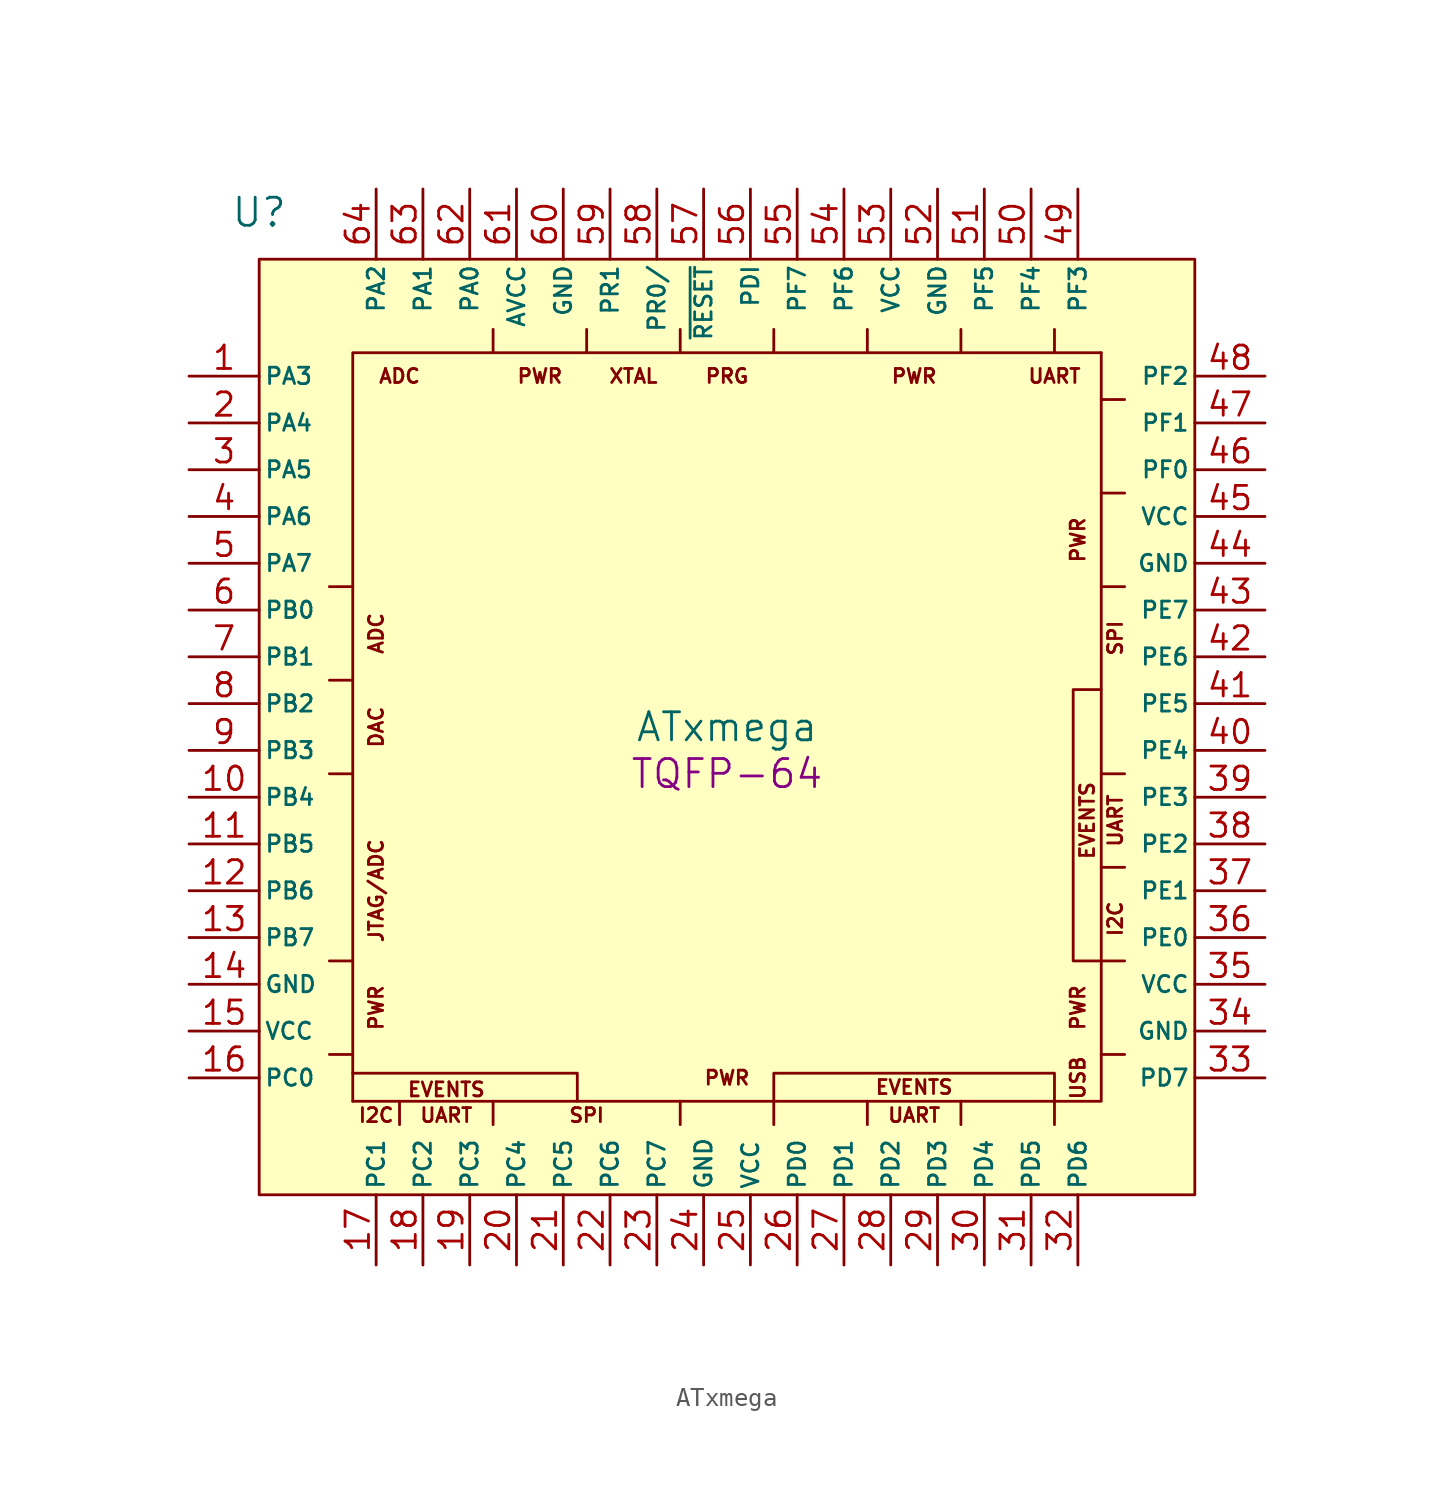
<source format=kicad_sym>
(kicad_symbol_lib
  (version 20220914)
  (generator kicad_symbol_editor)
  (symbol "ATxmega"
    (pin_names
      (offset 0.254))
    (property "Reference" "U"
      (at -25.4 27.94 0)
      (effects (font (size 1.524 1.524))))
    (property "Value" "ATxmega"
      (at 0 0 0)
      (effects (font (size 1.524 1.524))))
    (property "Footprint" "TQFP-64"
      (at 0 -2.54 0)
      (effects (font (size 1.524 1.524))))
    (property "Datasheet" ""
      (at 0 0 0)
      (effects (font (size 1.524 1.524))))
    (symbol "ATxmega_0_0"
      (rectangle (start -20.32 -17.78) (end -20.32 -20.32) (stroke (width 0) (type default)) (fill (type none)))
      (rectangle (start -17.78 -20.32) (end -17.78 -21.59) (stroke (width 0) (type default)) (fill (type none)))
      (rectangle (start -2.54 -20.32) (end -20.32 -20.32) (stroke (width 0) (type default)) (fill (type none)))
      (polyline (pts (xy -20.32 -2.54) (xy -20.32 7.62)) (stroke (width 0) (type default)) (fill (type none)))
      (polyline (pts (xy -20.32 2.54) (xy -21.59 2.54)) (stroke (width 0) (type default)) (fill (type none)))
      (polyline (pts (xy -20.32 7.62) (xy -21.59 7.62)) (stroke (width 0) (type default)) (fill (type none)))
      (polyline (pts (xy -12.7 -20.32) (xy -12.7 -21.59)) (stroke (width 0) (type default)) (fill (type none)))
      (polyline (pts (xy 7.62 -21.59) (xy 7.62 -20.32)) (stroke (width 0) (type default)) (fill (type none)))
      (polyline (pts (xy 12.7 -20.32) (xy 12.7 -21.59)) (stroke (width 0) (type default)) (fill (type none)))
      (polyline (pts (xy 12.7 20.32) (xy 20.32 20.32)) (stroke (width 0) (type default)) (fill (type none)))
      (polyline (pts (xy 17.78 -20.32) (xy 17.78 -21.59)) (stroke (width 0) (type default)) (fill (type none)))
      (polyline (pts (xy 17.78 20.32) (xy 17.78 21.59)) (stroke (width 0) (type default)) (fill (type none)))
      (polyline (pts (xy 20.32 -12.7) (xy 20.32 7.62)) (stroke (width 0) (type default)) (fill (type none)))
      (polyline (pts (xy 20.32 -7.62) (xy 21.59 -7.62)) (stroke (width 0) (type default)) (fill (type none)))
      (polyline (pts (xy 20.32 17.78) (xy 21.59 17.78)) (stroke (width 0) (type default)) (fill (type none)))
      (polyline (pts (xy 21.59 -2.54) (xy 20.32 -2.54)) (stroke (width 0) (type default)) (fill (type none)))
      (polyline (pts (xy -20.32 -18.796) (xy -8.128 -18.796) (xy -8.128 -20.32)) (stroke (width 0) (type default)) (fill (type none)))
      (polyline (pts (xy -20.32 -12.7) (xy -20.32 -2.54) (xy -21.59 -2.54)) (stroke (width 0) (type default)) (fill (type none)))
      (polyline (pts (xy -12.7 20.32) (xy -7.62 20.32) (xy -7.62 21.59)) (stroke (width 0) (type default)) (fill (type none)))
      (polyline (pts (xy -7.62 20.32) (xy -2.54 20.32) (xy -2.54 21.59)) (stroke (width 0) (type default)) (fill (type none)))
      (polyline (pts (xy -2.54 20.32) (xy 2.54 20.32) (xy 2.54 21.59)) (stroke (width 0) (type default)) (fill (type none)))
      (polyline (pts (xy 2.54 -20.32) (xy 20.32 -20.32) (xy 20.32 -17.78)) (stroke (width 0) (type default)) (fill (type none)))
      (polyline (pts (xy 2.54 20.32) (xy 7.62 20.32) (xy 7.62 21.59)) (stroke (width 0) (type default)) (fill (type none)))
      (polyline (pts (xy 7.62 20.32) (xy 12.7 20.32) (xy 12.7 21.59)) (stroke (width 0) (type default)) (fill (type none)))
      (polyline (pts (xy 20.32 12.7) (xy 20.32 7.62) (xy 21.59 7.62)) (stroke (width 0) (type default)) (fill (type none)))
      (polyline (pts (xy 20.32 20.32) (xy 20.32 12.7) (xy 21.59 12.7)) (stroke (width 0) (type default)) (fill (type none)))
      (polyline (pts (xy -21.59 -12.7) (xy -20.32 -12.7) (xy -20.32 -17.78) (xy -21.59 -17.78)) (stroke (width 0) (type default)) (fill (type none)))
      (polyline (pts (xy -12.7 21.59) (xy -12.7 20.32) (xy -20.32 20.32) (xy -20.32 7.62)) (stroke (width 0) (type default)) (fill (type none)))
      (polyline (pts (xy -2.54 -21.59) (xy -2.54 -20.32) (xy 2.54 -20.32) (xy 2.54 -21.59)) (stroke (width 0) (type default)) (fill (type none)))
      (polyline (pts (xy 17.78 -20.32) (xy 17.78 -18.796) (xy 2.54 -18.796) (xy 2.54 -20.32)) (stroke (width 0) (type default)) (fill (type none)))
      (polyline (pts (xy 20.32 -12.7) (xy 18.796 -12.7) (xy 18.796 2.032) (xy 20.32 2.032)) (stroke (width 0) (type default)) (fill (type none)))
      (polyline (pts (xy 21.59 -17.78) (xy 20.32 -17.78) (xy 20.32 -12.7) (xy 21.59 -12.7)) (stroke (width 0) (type default)) (fill (type none)))
      (text "ADC" (at -19.05 5.08 900) (effects (font (size 0.762 0.762))))
      (text "ADC" (at -17.78 19.05 0) (effects (font (size 0.762 0.762))))
      (text "DAC" (at -19.05 0 900) (effects (font (size 0.762 0.762))))
      (text "EVENTS" (at -15.24 -19.685 0) (effects (font (size 0.762 0.762))))
      (text "EVENTS" (at 10.16 -19.558 0) (effects (font (size 0.762 0.762))))
      (text "EVENTS" (at 19.558 -5.08 900) (effects (font (size 0.762 0.762))))
      (text "I2C" (at -19.05 -21.082 0) (effects (font (size 0.762 0.762))))
      (text "I2C" (at 21.082 -10.414 900) (effects (font (size 0.762 0.762))))
      (text "JTAG/ADC" (at -19.05 -8.89 900) (effects (font (size 0.762 0.762))))
      (text "PRG" (at 0 19.05 0) (effects (font (size 0.762 0.762))))
      (text "PWR" (at -19.05 -15.24 900) (effects (font (size 0.762 0.762))))
      (text "PWR" (at -10.16 19.05 0) (effects (font (size 0.762 0.762))))
      (text "PWR" (at 0 -19.05 0) (effects (font (size 0.762 0.762))))
      (text "PWR" (at 10.16 19.05 0) (effects (font (size 0.762 0.762))))
      (text "PWR" (at 19.05 -15.24 900) (effects (font (size 0.762 0.762))))
      (text "PWR" (at 19.05 10.16 900) (effects (font (size 0.762 0.762))))
      (text "SPI" (at -7.62 -21.082 0) (effects (font (size 0.762 0.762))))
      (text "SPI" (at 21.082 4.826 900) (effects (font (size 0.762 0.762))))
      (text "UART" (at -15.24 -21.082 0) (effects (font (size 0.762 0.762))))
      (text "UART" (at 10.16 -21.082 0) (effects (font (size 0.762 0.762))))
      (text "UART" (at 17.78 19.05 0) (effects (font (size 0.762 0.762))))
      (text "UART" (at 21.082 -5.08 900) (effects (font (size 0.762 0.762))))
      (text "USB" (at 19.05 -19.05 900) (effects (font (size 0.762 0.762))))
      (text "XTAL" (at -5.08 19.05 0) (effects (font (size 0.762 0.762)))))
    (symbol "ATxmega_0_1"
      (rectangle (start -25.4 25.4) (end 25.4 -25.4) (stroke (width 0) (type default)) (fill (type background))))
    (symbol "ATxmega_1_1"
      (pin input line (at -29.21 19.05 0) (length 3.81) (name "PA3" (effects (font (size 0.889 0.889)))) (number "1" (effects (font (size 1.27 1.27)))))
      (pin input line (at -29.21 -3.81 0) (length 3.81) (name "PB4" (effects (font (size 0.889 0.889)))) (number "10" (effects (font (size 1.27 1.27)))))
      (pin input line (at -29.21 -6.35 0) (length 3.81) (name "PB5" (effects (font (size 0.889 0.889)))) (number "11" (effects (font (size 1.27 1.27)))))
      (pin input line (at -29.21 -8.89 0) (length 3.81) (name "PB6" (effects (font (size 0.889 0.889)))) (number "12" (effects (font (size 1.27 1.27)))))
      (pin input line (at -29.21 -11.43 0) (length 3.81) (name "PB7" (effects (font (size 0.889 0.889)))) (number "13" (effects (font (size 1.27 1.27)))))
      (pin input line (at -29.21 -13.97 0) (length 3.81) (name "GND" (effects (font (size 0.889 0.889)))) (number "14" (effects (font (size 1.27 1.27)))))
      (pin input line (at -29.21 -16.51 0) (length 3.81) (name "VCC" (effects (font (size 0.889 0.889)))) (number "15" (effects (font (size 1.27 1.27)))))
      (pin input line (at -29.21 -19.05 0) (length 3.81) (name "PC0" (effects (font (size 0.889 0.889)))) (number "16" (effects (font (size 1.27 1.27)))))
      (pin input line (at -19.05 -29.21 90) (length 3.81) (name "PC1" (effects (font (size 0.889 0.889)))) (number "17" (effects (font (size 1.27 1.27)))))
      (pin input line (at -16.51 -29.21 90) (length 3.81) (name "PC2" (effects (font (size 0.889 0.889)))) (number "18" (effects (font (size 1.27 1.27)))))
      (pin input line (at -13.97 -29.21 90) (length 3.81) (name "PC3" (effects (font (size 0.889 0.889)))) (number "19" (effects (font (size 1.27 1.27)))))
      (pin input line (at -29.21 16.51 0) (length 3.81) (name "PA4" (effects (font (size 0.889 0.889)))) (number "2" (effects (font (size 1.27 1.27)))))
      (pin input line (at -11.43 -29.21 90) (length 3.81) (name "PC4" (effects (font (size 0.889 0.889)))) (number "20" (effects (font (size 1.27 1.27)))))
      (pin input line (at -8.89 -29.21 90) (length 3.81) (name "PC5" (effects (font (size 0.889 0.889)))) (number "21" (effects (font (size 1.27 1.27)))))
      (pin input line (at -6.35 -29.21 90) (length 3.81) (name "PC6" (effects (font (size 0.889 0.889)))) (number "22" (effects (font (size 1.27 1.27)))))
      (pin input line (at -3.81 -29.21 90) (length 3.81) (name "PC7" (effects (font (size 0.889 0.889)))) (number "23" (effects (font (size 1.27 1.27)))))
      (pin input line (at -1.27 -29.21 90) (length 3.81) (name "GND" (effects (font (size 0.889 0.889)))) (number "24" (effects (font (size 1.27 1.27)))))
      (pin input line (at 1.27 -29.21 90) (length 3.81) (name "VCC" (effects (font (size 0.889 0.889)))) (number "25" (effects (font (size 1.27 1.27)))))
      (pin input line (at 3.81 -29.21 90) (length 3.81) (name "PD0" (effects (font (size 0.889 0.889)))) (number "26" (effects (font (size 1.27 1.27)))))
      (pin input line (at 6.35 -29.21 90) (length 3.81) (name "PD1" (effects (font (size 0.889 0.889)))) (number "27" (effects (font (size 1.27 1.27)))))
      (pin input line (at 8.89 -29.21 90) (length 3.81) (name "PD2" (effects (font (size 0.889 0.889)))) (number "28" (effects (font (size 1.27 1.27)))))
      (pin input line (at 11.43 -29.21 90) (length 3.81) (name "PD3" (effects (font (size 0.889 0.889)))) (number "29" (effects (font (size 1.27 1.27)))))
      (pin input line (at -29.21 13.97 0) (length 3.81) (name "PA5" (effects (font (size 0.889 0.889)))) (number "3" (effects (font (size 1.27 1.27)))))
      (pin input line (at 13.97 -29.21 90) (length 3.81) (name "PD4" (effects (font (size 0.889 0.889)))) (number "30" (effects (font (size 1.27 1.27)))))
      (pin input line (at 16.51 -29.21 90) (length 3.81) (name "PD5" (effects (font (size 0.889 0.889)))) (number "31" (effects (font (size 1.27 1.27)))))
      (pin input line (at 19.05 -29.21 90) (length 3.81) (name "PD6" (effects (font (size 0.889 0.889)))) (number "32" (effects (font (size 1.27 1.27)))))
      (pin input line (at 29.21 -19.05 180) (length 3.81) (name "PD7" (effects (font (size 0.889 0.889)))) (number "33" (effects (font (size 1.27 1.27)))))
      (pin input line (at 29.21 -16.51 180) (length 3.81) (name "GND" (effects (font (size 0.889 0.889)))) (number "34" (effects (font (size 1.27 1.27)))))
      (pin input line (at 29.21 -13.97 180) (length 3.81) (name "VCC" (effects (font (size 0.889 0.889)))) (number "35" (effects (font (size 1.27 1.27)))))
      (pin input line (at 29.21 -11.43 180) (length 3.81) (name "PE0" (effects (font (size 0.889 0.889)))) (number "36" (effects (font (size 1.27 1.27)))))
      (pin input line (at 29.21 -8.89 180) (length 3.81) (name "PE1" (effects (font (size 0.889 0.889)))) (number "37" (effects (font (size 1.27 1.27)))))
      (pin input line (at 29.21 -6.35 180) (length 3.81) (name "PE2" (effects (font (size 0.889 0.889)))) (number "38" (effects (font (size 1.27 1.27)))))
      (pin input line (at 29.21 -3.81 180) (length 3.81) (name "PE3" (effects (font (size 0.889 0.889)))) (number "39" (effects (font (size 1.27 1.27)))))
      (pin input line (at -29.21 11.43 0) (length 3.81) (name "PA6" (effects (font (size 0.889 0.889)))) (number "4" (effects (font (size 1.27 1.27)))))
      (pin input line (at 29.21 -1.27 180) (length 3.81) (name "PE4" (effects (font (size 0.889 0.889)))) (number "40" (effects (font (size 1.27 1.27)))))
      (pin input line (at 29.21 1.27 180) (length 3.81) (name "PE5" (effects (font (size 0.889 0.889)))) (number "41" (effects (font (size 1.27 1.27)))))
      (pin input line (at 29.21 3.81 180) (length 3.81) (name "PE6" (effects (font (size 0.889 0.889)))) (number "42" (effects (font (size 1.27 1.27)))))
      (pin input line (at 29.21 6.35 180) (length 3.81) (name "PE7" (effects (font (size 0.889 0.889)))) (number "43" (effects (font (size 1.27 1.27)))))
      (pin input line (at 29.21 8.89 180) (length 3.81) (name "GND" (effects (font (size 0.889 0.889)))) (number "44" (effects (font (size 1.27 1.27)))))
      (pin input line (at 29.21 11.43 180) (length 3.81) (name "VCC" (effects (font (size 0.889 0.889)))) (number "45" (effects (font (size 1.27 1.27)))))
      (pin input line (at 29.21 13.97 180) (length 3.81) (name "PF0" (effects (font (size 0.889 0.889)))) (number "46" (effects (font (size 1.27 1.27)))))
      (pin input line (at 29.21 16.51 180) (length 3.81) (name "PF1" (effects (font (size 0.889 0.889)))) (number "47" (effects (font (size 1.27 1.27)))))
      (pin input line (at 29.21 19.05 180) (length 3.81) (name "PF2" (effects (font (size 0.889 0.889)))) (number "48" (effects (font (size 1.27 1.27)))))
      (pin input line (at 19.05 29.21 270) (length 3.81) (name "PF3" (effects (font (size 0.889 0.889)))) (number "49" (effects (font (size 1.27 1.27)))))
      (pin input line (at -29.21 8.89 0) (length 3.81) (name "PA7" (effects (font (size 0.889 0.889)))) (number "5" (effects (font (size 1.27 1.27)))))
      (pin input line (at 16.51 29.21 270) (length 3.81) (name "PF4" (effects (font (size 0.889 0.889)))) (number "50" (effects (font (size 1.27 1.27)))))
      (pin input line (at 13.97 29.21 270) (length 3.81) (name "PF5" (effects (font (size 0.889 0.889)))) (number "51" (effects (font (size 1.27 1.27)))))
      (pin input line (at 11.43 29.21 270) (length 3.81) (name "GND" (effects (font (size 0.889 0.889)))) (number "52" (effects (font (size 1.27 1.27)))))
      (pin input line (at 8.89 29.21 270) (length 3.81) (name "VCC" (effects (font (size 0.889 0.889)))) (number "53" (effects (font (size 1.27 1.27)))))
      (pin input line (at 6.35 29.21 270) (length 3.81) (name "PF6" (effects (font (size 0.889 0.889)))) (number "54" (effects (font (size 1.27 1.27)))))
      (pin input line (at 3.81 29.21 270) (length 3.81) (name "PF7" (effects (font (size 0.889 0.889)))) (number "55" (effects (font (size 1.27 1.27)))))
      (pin input line (at 1.27 29.21 270) (length 3.81) (name "PDI" (effects (font (size 0.889 0.889)))) (number "56" (effects (font (size 1.27 1.27)))))
      (pin input line (at -1.27 29.21 270) (length 3.81) (name "~{RESET}" (effects (font (size 0.889 0.889)))) (number "57" (effects (font (size 1.27 1.27)))))
      (pin input line (at -3.81 29.21 270) (length 3.81) (name "PR0/" (effects (font (size 0.889 0.889)))) (number "58" (effects (font (size 1.27 1.27)))))
      (pin input line (at -6.35 29.21 270) (length 3.81) (name "PR1" (effects (font (size 0.889 0.889)))) (number "59" (effects (font (size 1.27 1.27)))))
      (pin input line (at -29.21 6.35 0) (length 3.81) (name "PB0" (effects (font (size 0.889 0.889)))) (number "6" (effects (font (size 1.27 1.27)))))
      (pin input line (at -8.89 29.21 270) (length 3.81) (name "GND" (effects (font (size 0.889 0.889)))) (number "60" (effects (font (size 1.27 1.27)))))
      (pin input line (at -11.43 29.21 270) (length 3.81) (name "AVCC" (effects (font (size 0.889 0.889)))) (number "61" (effects (font (size 1.27 1.27)))))
      (pin input line (at -13.97 29.21 270) (length 3.81) (name "PA0" (effects (font (size 0.889 0.889)))) (number "62" (effects (font (size 1.27 1.27)))))
      (pin input line (at -16.51 29.21 270) (length 3.81) (name "PA1" (effects (font (size 0.889 0.889)))) (number "63" (effects (font (size 1.27 1.27)))))
      (pin input line (at -19.05 29.21 270) (length 3.81) (name "PA2" (effects (font (size 0.889 0.889)))) (number "64" (effects (font (size 1.27 1.27)))))
      (pin input line (at -29.21 3.81 0) (length 3.81) (name "PB1" (effects (font (size 0.889 0.889)))) (number "7" (effects (font (size 1.27 1.27)))))
      (pin input line (at -29.21 1.27 0) (length 3.81) (name "PB2" (effects (font (size 0.889 0.889)))) (number "8" (effects (font (size 1.27 1.27)))))
      (pin input line (at -29.21 -1.27 0) (length 3.81) (name "PB3" (effects (font (size 0.889 0.889)))) (number "9" (effects (font (size 1.27 1.27))))))))
</source>
